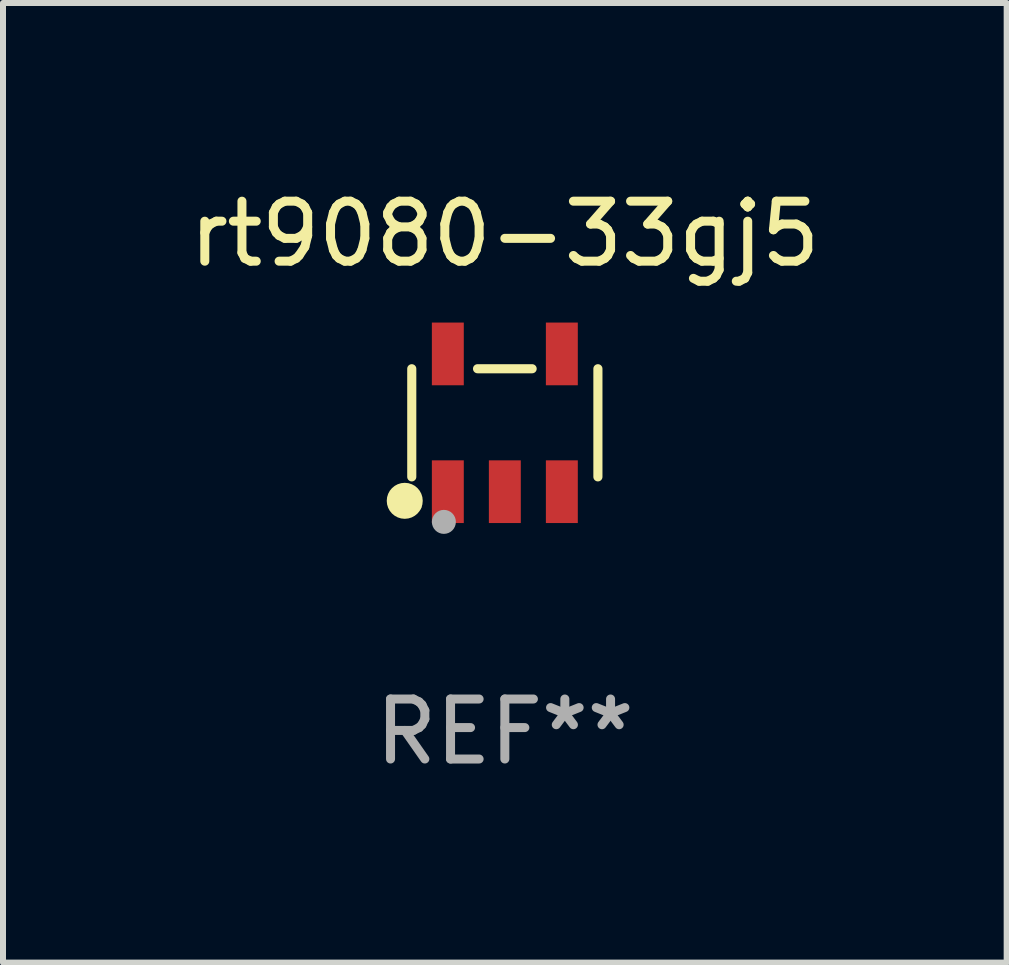
<source format=kicad_pcb>
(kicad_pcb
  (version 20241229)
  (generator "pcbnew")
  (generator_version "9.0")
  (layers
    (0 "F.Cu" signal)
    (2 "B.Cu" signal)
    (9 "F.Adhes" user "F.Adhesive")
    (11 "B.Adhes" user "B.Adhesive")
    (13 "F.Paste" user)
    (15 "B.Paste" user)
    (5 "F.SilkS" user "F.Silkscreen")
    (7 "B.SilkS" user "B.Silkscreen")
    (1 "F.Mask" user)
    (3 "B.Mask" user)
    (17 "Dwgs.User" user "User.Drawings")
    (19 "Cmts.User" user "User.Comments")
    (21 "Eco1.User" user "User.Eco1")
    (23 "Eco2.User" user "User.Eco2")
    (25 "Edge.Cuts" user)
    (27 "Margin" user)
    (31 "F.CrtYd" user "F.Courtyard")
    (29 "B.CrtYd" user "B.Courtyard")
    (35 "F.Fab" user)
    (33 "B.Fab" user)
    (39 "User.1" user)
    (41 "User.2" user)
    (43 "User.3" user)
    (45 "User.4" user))
  (footprint "rt9080-33gj5"
    (layer "F.Cu")
    (at 5.363 3.996)
    (property "Reference" "rt9080-33gj5" (at 0 -3.148 0) (layer "F.SilkS") (effects (font (size 1 1) (thickness 0.15))))
    (attr through_hole)
    (fp_line (start -1.551 0.901) (end -1.551 -0.901) (stroke (width 0.152) (type solid)) (layer "F.SilkS"))
    (fp_line (start 0.455 -0.901) (end -0.455 -0.901) (stroke (width 0.152) (type solid)) (layer "F.SilkS"))
    (fp_line (start 1.551 0.901) (end 1.551 -0.901) (stroke (width 0.152) (type solid)) (layer "F.SilkS"))
    (fp_circle (center -1.668 1.3) (end -1.518 1.3) (stroke (width 0.3) (type solid)) (fill no) (layer "F.SilkS"))
    (fp_circle (center -1.45 1.4) (end -1.42 1.4) (stroke (width 0.06) (type solid)) (fill no) (layer "F.SilkS"))
    (fp_circle (center -1.016 1.651) (end -0.916 1.651) (stroke (width 0.2) (type solid)) (fill no) (layer "F.Fab"))
    (fp_text user "REF**" (at 0 5.148 0) (layer "F.Fab") (effects (font (size 1 1) (thickness 0.15))))
    (pad "1" smd rect (at -0.95 1.148) (size 0.532 1.045) (layers "F.Cu" "F.Mask" "F.Paste"))
    (pad "2" smd rect (at 0 1.148) (size 0.532 1.045) (layers "F.Cu" "F.Mask" "F.Paste"))
    (pad "3" smd rect (at 0.95 1.148) (size 0.532 1.045) (layers "F.Cu" "F.Mask" "F.Paste"))
    (pad "4" smd rect (at 0.95 -1.148) (size 0.532 1.045) (layers "F.Cu" "F.Mask" "F.Paste"))
    (pad "5" smd rect (at -0.95 -1.148) (size 0.532 1.045) (layers "F.Cu" "F.Mask" "F.Paste")))
  (gr_rect
    (start -3 -3)
    (end 13.726 12.992)
    (stroke (width 0.1) (type default))
    (fill no)
    (layer "Edge.Cuts")))
</source>
